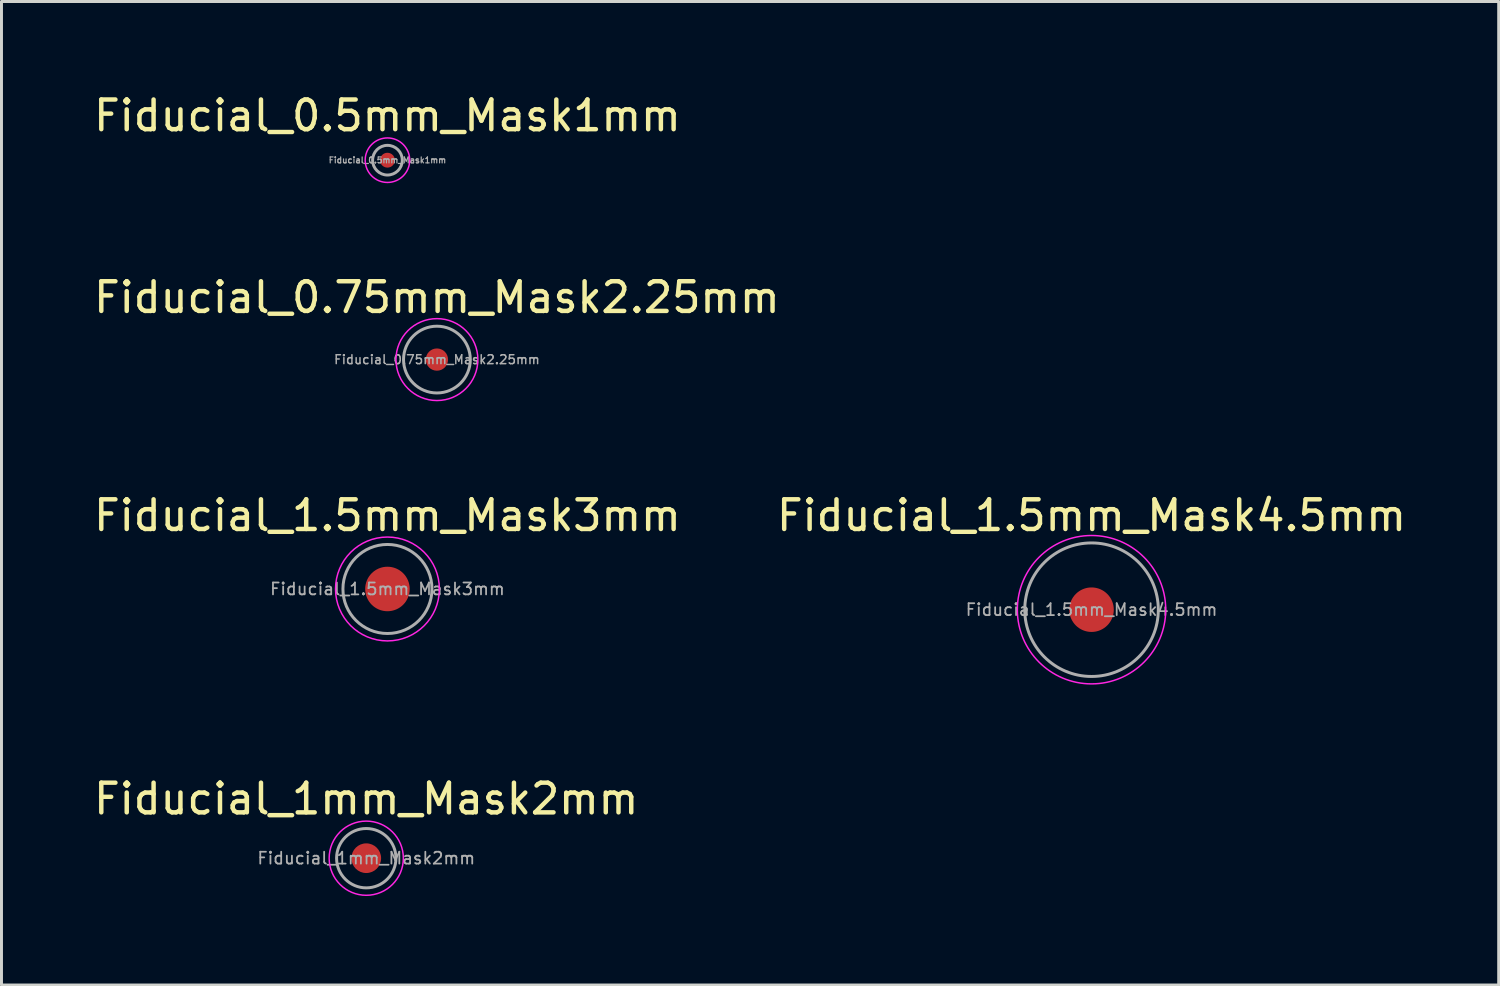
<source format=kicad_pcb>
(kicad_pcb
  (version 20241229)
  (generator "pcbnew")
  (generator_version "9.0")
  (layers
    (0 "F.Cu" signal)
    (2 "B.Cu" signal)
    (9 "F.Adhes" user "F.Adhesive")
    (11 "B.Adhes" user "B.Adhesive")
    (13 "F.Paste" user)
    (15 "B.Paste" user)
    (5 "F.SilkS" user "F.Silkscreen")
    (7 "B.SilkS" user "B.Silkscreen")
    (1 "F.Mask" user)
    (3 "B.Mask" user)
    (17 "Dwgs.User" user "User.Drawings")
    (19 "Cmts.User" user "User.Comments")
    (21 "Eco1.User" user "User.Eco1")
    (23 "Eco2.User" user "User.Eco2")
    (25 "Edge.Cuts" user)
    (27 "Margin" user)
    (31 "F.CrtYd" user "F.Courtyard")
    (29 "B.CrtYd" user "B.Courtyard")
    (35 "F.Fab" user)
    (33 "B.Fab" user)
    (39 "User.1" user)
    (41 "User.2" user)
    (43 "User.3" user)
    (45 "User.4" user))
  (footprint "Fiducial_0.5mm_Mask1mm"
    (layer "F.Cu")
    (at 10.006 2.348)
    (property "Reference" "Fiducial_0.5mm_Mask1mm" (at 0 -1.5 0) (layer "F.SilkS") (effects (font (size 1 1) (thickness 0.15))))
    (attr smd)
    (fp_circle (center 0 0) (end 0.75 0) (stroke (width 0.05) (type solid)) (fill no) (layer "F.CrtYd"))
    (fp_circle (center 0 0) (end 0.5 0) (stroke (width 0.1) (type solid)) (fill no) (layer "F.Fab"))
    (fp_text user "${REFERENCE}" (at 0 0 0) (layer "F.Fab") (effects (font (size 0.2 0.2) (thickness 0.04))))
    (pad "" smd circle (at 0 0) (size 0.5 0.5) (layers "F.Cu" "F.Mask")))
  (footprint "Fiducial_1.5mm_Mask4.5mm"
    (layer "F.Cu")
    (at 33.732 17.495)
    (property "Reference" "Fiducial_1.5mm_Mask4.5mm" (at 0 -3.175 0) (layer "F.SilkS") (effects (font (size 1 1) (thickness 0.15))))
    (attr smd)
    (fp_circle (center 0 0) (end 2.5 0) (stroke (width 0.05) (type solid)) (fill no) (layer "F.CrtYd"))
    (fp_circle (center 0 0) (end 2.25 0) (stroke (width 0.1) (type solid)) (fill no) (layer "F.Fab"))
    (fp_text user "${REFERENCE}" (at 0 0 0) (layer "F.Fab") (effects (font (size 0.4 0.4) (thickness 0.06))))
    (pad "" smd circle (at 0 0) (size 1.5 1.5) (layers "F.Cu" "F.Mask")))
  (footprint "Fiducial_1mm_Mask2mm"
    (layer "F.Cu")
    (at 9.292 25.869)
    (property "Reference" "Fiducial_1mm_Mask2mm" (at 0 -2 0) (layer "F.SilkS") (effects (font (size 1 1) (thickness 0.15))))
    (attr smd)
    (fp_circle (center 0 0) (end 1.25 0) (stroke (width 0.05) (type solid)) (fill no) (layer "F.CrtYd"))
    (fp_circle (center 0 0) (end 1 0) (stroke (width 0.1) (type solid)) (fill no) (layer "F.Fab"))
    (fp_text user "${REFERENCE}" (at 0 0 0) (layer "F.Fab") (effects (font (size 0.4 0.4) (thickness 0.06))))
    (pad "" smd circle (at 0 0) (size 1 1) (layers "F.Cu" "F.Mask")))
  (footprint "Fiducial_1.5mm_Mask3mm"
    (layer "F.Cu")
    (at 10.006 16.797)
    (property "Reference" "Fiducial_1.5mm_Mask3mm" (at 0 -2.477 0) (layer "F.SilkS") (effects (font (size 1 1) (thickness 0.15))))
    (attr smd)
    (fp_circle (center 0 0) (end 1.75 0) (stroke (width 0.05) (type solid)) (fill no) (layer "F.CrtYd"))
    (fp_circle (center 0 0) (end 1.5 0) (stroke (width 0.1) (type solid)) (fill no) (layer "F.Fab"))
    (fp_text user "${REFERENCE}" (at 0 0 0) (layer "F.Fab") (effects (font (size 0.4 0.4) (thickness 0.06))))
    (pad "" smd circle (at 0 0) (size 1.5 1.5) (layers "F.Cu" "F.Mask")))
  (footprint "Fiducial_0.75mm_Mask2.25mm"
    (layer "F.Cu")
    (at 11.673 9.067)
    (property "Reference" "Fiducial_0.75mm_Mask2.25mm" (at 0 -2.095 0) (layer "F.SilkS") (effects (font (size 1 1) (thickness 0.15))))
    (attr smd)
    (fp_circle (center 0 0) (end 1.38 0) (stroke (width 0.05) (type solid)) (fill no) (layer "F.CrtYd"))
    (fp_circle (center 0 0) (end 1.125 0) (stroke (width 0.1) (type solid)) (fill no) (layer "F.Fab"))
    (fp_text user "${REFERENCE}" (at 0 0 0) (layer "F.Fab") (effects (font (size 0.3 0.3) (thickness 0.05))))
    (pad "" smd circle (at 0 0) (size 0.75 0.75) (layers "F.Cu" "F.Mask")))
  (gr_rect
    (start -3 -3)
    (end 47.452 30.143)
    (stroke (width 0.1) (type default))
    (fill no)
    (layer "Edge.Cuts")))
</source>
